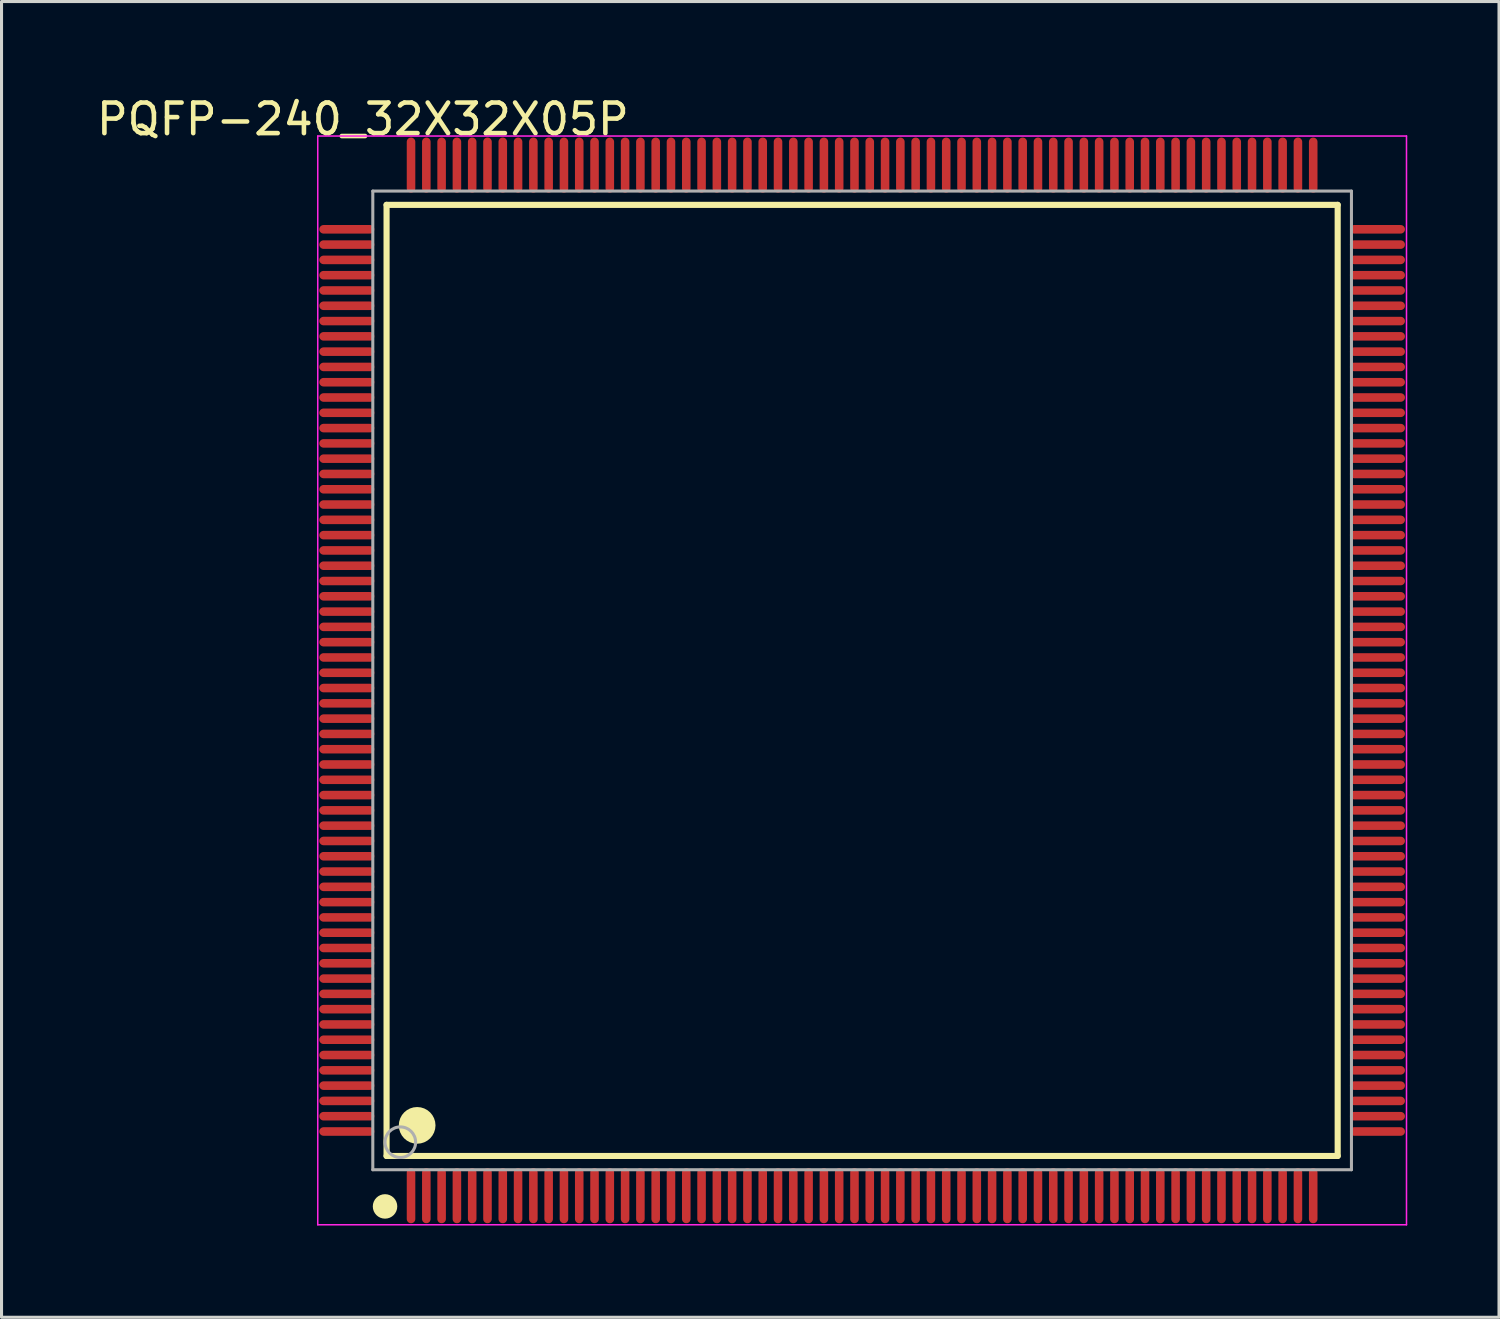
<source format=kicad_pcb>
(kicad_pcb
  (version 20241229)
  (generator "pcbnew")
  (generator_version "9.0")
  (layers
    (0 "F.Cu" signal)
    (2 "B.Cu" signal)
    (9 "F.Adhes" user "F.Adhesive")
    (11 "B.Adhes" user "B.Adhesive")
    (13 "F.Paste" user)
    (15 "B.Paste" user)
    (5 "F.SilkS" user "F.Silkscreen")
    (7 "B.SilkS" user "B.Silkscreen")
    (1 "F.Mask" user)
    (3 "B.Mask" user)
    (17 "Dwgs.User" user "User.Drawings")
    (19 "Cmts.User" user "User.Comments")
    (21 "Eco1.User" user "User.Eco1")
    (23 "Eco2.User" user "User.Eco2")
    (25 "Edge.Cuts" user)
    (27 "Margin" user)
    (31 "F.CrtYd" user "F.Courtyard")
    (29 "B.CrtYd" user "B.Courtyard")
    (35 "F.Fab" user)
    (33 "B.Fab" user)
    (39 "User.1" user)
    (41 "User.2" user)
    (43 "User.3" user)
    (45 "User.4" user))
  (footprint "PQFP-240_32X32X05P"
    (layer "F.Cu")
    (at 25.14 19.198)
    (property "Reference" "PQFP-240_32X32X05P" (at -16.324 -18.35 0) (layer "F.SilkS") (effects (font (size 1 1) (thickness 0.15))))
    (attr through_hole)
    (fp_line (start -15.55 -15.55) (end 15.55 -15.55) (stroke (width 0.2) (type solid)) (layer "F.SilkS"))
    (fp_line (start -15.55 15.55) (end -15.55 -15.55) (stroke (width 0.2) (type solid)) (layer "F.SilkS"))
    (fp_line (start -15.55 15.55) (end 15.55 15.55) (stroke (width 0.2) (type solid)) (layer "F.SilkS"))
    (fp_line (start 15.55 15.55) (end 15.55 -15.55) (stroke (width 0.2) (type solid)) (layer "F.SilkS"))
    (fp_circle (center -15.6 17.2) (end -15.4 17.2) (stroke (width 0.4) (type solid)) (fill no) (layer "F.SilkS"))
    (fp_circle (center -14.55 14.55) (end -14.25 14.55) (stroke (width 0.6) (type solid)) (fill no) (layer "F.SilkS"))
    (fp_line (start -17.8 -17.8) (end 17.8 -17.8) (stroke (width 0.05) (type solid)) (layer "F.CrtYd"))
    (fp_line (start -17.8 17.8) (end -17.8 -17.8) (stroke (width 0.05) (type solid)) (layer "F.CrtYd"))
    (fp_line (start 17.8 -17.8) (end 17.8 17.8) (stroke (width 0.05) (type solid)) (layer "F.CrtYd"))
    (fp_line (start 17.8 17.8) (end -17.8 17.8) (stroke (width 0.05) (type solid)) (layer "F.CrtYd"))
    (fp_line (start -16 -16) (end 16 -16) (stroke (width 0.1) (type solid)) (layer "F.Fab"))
    (fp_line (start -16 16) (end -16 -16) (stroke (width 0.1) (type solid)) (layer "F.Fab"))
    (fp_line (start -16 16) (end 16 16) (stroke (width 0.1) (type solid)) (layer "F.Fab"))
    (fp_line (start 16 16) (end 16 -16) (stroke (width 0.1) (type solid)) (layer "F.Fab"))
    (fp_circle (center -15.1 15.1) (end -14.6 15.1) (stroke (width 0.1) (type solid)) (fill no) (layer "F.Fab"))
    (pad "1" smd oval (at -14.75 16.85 180) (size 0.28 1.8) (layers "F.Cu" "F.Mask" "F.Paste"))
    (pad "2" smd oval (at -14.25 16.85 180) (size 0.28 1.8) (layers "F.Cu" "F.Mask" "F.Paste"))
    (pad "3" smd oval (at -13.75 16.85 180) (size 0.28 1.8) (layers "F.Cu" "F.Mask" "F.Paste"))
    (pad "4" smd oval (at -13.25 16.85 180) (size 0.28 1.8) (layers "F.Cu" "F.Mask" "F.Paste"))
    (pad "5" smd oval (at -12.75 16.85 180) (size 0.28 1.8) (layers "F.Cu" "F.Mask" "F.Paste"))
    (pad "6" smd oval (at -12.25 16.85 180) (size 0.28 1.8) (layers "F.Cu" "F.Mask" "F.Paste"))
    (pad "7" smd oval (at -11.75 16.85 180) (size 0.28 1.8) (layers "F.Cu" "F.Mask" "F.Paste"))
    (pad "8" smd oval (at -11.25 16.85 180) (size 0.28 1.8) (layers "F.Cu" "F.Mask" "F.Paste"))
    (pad "9" smd oval (at -10.75 16.85 180) (size 0.28 1.8) (layers "F.Cu" "F.Mask" "F.Paste"))
    (pad "10" smd oval (at -10.25 16.85 180) (size 0.28 1.8) (layers "F.Cu" "F.Mask" "F.Paste"))
    (pad "11" smd oval (at -9.75 16.85 180) (size 0.28 1.8) (layers "F.Cu" "F.Mask" "F.Paste"))
    (pad "12" smd oval (at -9.25 16.85 180) (size 0.28 1.8) (layers "F.Cu" "F.Mask" "F.Paste"))
    (pad "13" smd oval (at -8.75 16.85 180) (size 0.28 1.8) (layers "F.Cu" "F.Mask" "F.Paste"))
    (pad "14" smd oval (at -8.25 16.85 180) (size 0.28 1.8) (layers "F.Cu" "F.Mask" "F.Paste"))
    (pad "15" smd oval (at -7.75 16.85 180) (size 0.28 1.8) (layers "F.Cu" "F.Mask" "F.Paste"))
    (pad "16" smd oval (at -7.25 16.85 180) (size 0.28 1.8) (layers "F.Cu" "F.Mask" "F.Paste"))
    (pad "17" smd oval (at -6.75 16.85 180) (size 0.28 1.8) (layers "F.Cu" "F.Mask" "F.Paste"))
    (pad "18" smd oval (at -6.25 16.85 180) (size 0.28 1.8) (layers "F.Cu" "F.Mask" "F.Paste"))
    (pad "19" smd oval (at -5.75 16.85 180) (size 0.28 1.8) (layers "F.Cu" "F.Mask" "F.Paste"))
    (pad "20" smd oval (at -5.25 16.85 180) (size 0.28 1.8) (layers "F.Cu" "F.Mask" "F.Paste"))
    (pad "21" smd oval (at -4.75 16.85 180) (size 0.28 1.8) (layers "F.Cu" "F.Mask" "F.Paste"))
    (pad "22" smd oval (at -4.25 16.85 180) (size 0.28 1.8) (layers "F.Cu" "F.Mask" "F.Paste"))
    (pad "23" smd oval (at -3.75 16.85 180) (size 0.28 1.8) (layers "F.Cu" "F.Mask" "F.Paste"))
    (pad "24" smd oval (at -3.25 16.85 180) (size 0.28 1.8) (layers "F.Cu" "F.Mask" "F.Paste"))
    (pad "25" smd oval (at -2.75 16.85 180) (size 0.28 1.8) (layers "F.Cu" "F.Mask" "F.Paste"))
    (pad "26" smd oval (at -2.25 16.85 180) (size 0.28 1.8) (layers "F.Cu" "F.Mask" "F.Paste"))
    (pad "27" smd oval (at -1.75 16.85 180) (size 0.28 1.8) (layers "F.Cu" "F.Mask" "F.Paste"))
    (pad "28" smd oval (at -1.25 16.85 180) (size 0.28 1.8) (layers "F.Cu" "F.Mask" "F.Paste"))
    (pad "29" smd oval (at -0.75 16.85 180) (size 0.28 1.8) (layers "F.Cu" "F.Mask" "F.Paste"))
    (pad "30" smd oval (at -0.25 16.85 180) (size 0.28 1.8) (layers "F.Cu" "F.Mask" "F.Paste"))
    (pad "31" smd oval (at 0.25 16.85 180) (size 0.28 1.8) (layers "F.Cu" "F.Mask" "F.Paste"))
    (pad "32" smd oval (at 0.75 16.85 180) (size 0.28 1.8) (layers "F.Cu" "F.Mask" "F.Paste"))
    (pad "33" smd oval (at 1.25 16.85 180) (size 0.28 1.8) (layers "F.Cu" "F.Mask" "F.Paste"))
    (pad "34" smd oval (at 1.75 16.85 180) (size 0.28 1.8) (layers "F.Cu" "F.Mask" "F.Paste"))
    (pad "35" smd oval (at 2.25 16.85 180) (size 0.28 1.8) (layers "F.Cu" "F.Mask" "F.Paste"))
    (pad "36" smd oval (at 2.75 16.85 180) (size 0.28 1.8) (layers "F.Cu" "F.Mask" "F.Paste"))
    (pad "37" smd oval (at 3.25 16.85 180) (size 0.28 1.8) (layers "F.Cu" "F.Mask" "F.Paste"))
    (pad "38" smd oval (at 3.75 16.85 180) (size 0.28 1.8) (layers "F.Cu" "F.Mask" "F.Paste"))
    (pad "39" smd oval (at 4.25 16.85 180) (size 0.28 1.8) (layers "F.Cu" "F.Mask" "F.Paste"))
    (pad "40" smd oval (at 4.75 16.85 180) (size 0.28 1.8) (layers "F.Cu" "F.Mask" "F.Paste"))
    (pad "41" smd oval (at 5.25 16.85 180) (size 0.28 1.8) (layers "F.Cu" "F.Mask" "F.Paste"))
    (pad "42" smd oval (at 5.75 16.85 180) (size 0.28 1.8) (layers "F.Cu" "F.Mask" "F.Paste"))
    (pad "43" smd oval (at 6.25 16.85 180) (size 0.28 1.8) (layers "F.Cu" "F.Mask" "F.Paste"))
    (pad "44" smd oval (at 6.75 16.85 180) (size 0.28 1.8) (layers "F.Cu" "F.Mask" "F.Paste"))
    (pad "45" smd oval (at 7.25 16.85 180) (size 0.28 1.8) (layers "F.Cu" "F.Mask" "F.Paste"))
    (pad "46" smd oval (at 7.75 16.85 180) (size 0.28 1.8) (layers "F.Cu" "F.Mask" "F.Paste"))
    (pad "47" smd oval (at 8.25 16.85 180) (size 0.28 1.8) (layers "F.Cu" "F.Mask" "F.Paste"))
    (pad "48" smd oval (at 8.75 16.85 180) (size 0.28 1.8) (layers "F.Cu" "F.Mask" "F.Paste"))
    (pad "49" smd oval (at 9.25 16.85 180) (size 0.28 1.8) (layers "F.Cu" "F.Mask" "F.Paste"))
    (pad "50" smd oval (at 9.75 16.85 180) (size 0.28 1.8) (layers "F.Cu" "F.Mask" "F.Paste"))
    (pad "51" smd oval (at 10.25 16.85 180) (size 0.28 1.8) (layers "F.Cu" "F.Mask" "F.Paste"))
    (pad "52" smd oval (at 10.75 16.85 180) (size 0.28 1.8) (layers "F.Cu" "F.Mask" "F.Paste"))
    (pad "53" smd oval (at 11.25 16.85 180) (size 0.28 1.8) (layers "F.Cu" "F.Mask" "F.Paste"))
    (pad "54" smd oval (at 11.75 16.85 180) (size 0.28 1.8) (layers "F.Cu" "F.Mask" "F.Paste"))
    (pad "55" smd oval (at 12.25 16.85 180) (size 0.28 1.8) (layers "F.Cu" "F.Mask" "F.Paste"))
    (pad "56" smd oval (at 12.75 16.85 180) (size 0.28 1.8) (layers "F.Cu" "F.Mask" "F.Paste"))
    (pad "57" smd oval (at 13.25 16.85 180) (size 0.28 1.8) (layers "F.Cu" "F.Mask" "F.Paste"))
    (pad "58" smd oval (at 13.75 16.85 180) (size 0.28 1.8) (layers "F.Cu" "F.Mask" "F.Paste"))
    (pad "59" smd oval (at 14.25 16.85 180) (size 0.28 1.8) (layers "F.Cu" "F.Mask" "F.Paste"))
    (pad "60" smd oval (at 14.75 16.85 180) (size 0.28 1.8) (layers "F.Cu" "F.Mask" "F.Paste"))
    (pad "61" smd oval (at 16.85 14.75 90) (size 0.28 1.8) (layers "F.Cu" "F.Mask" "F.Paste"))
    (pad "62" smd oval (at 16.85 14.25 90) (size 0.28 1.8) (layers "F.Cu" "F.Mask" "F.Paste"))
    (pad "63" smd oval (at 16.85 13.75 90) (size 0.28 1.8) (layers "F.Cu" "F.Mask" "F.Paste"))
    (pad "64" smd oval (at 16.85 13.25 90) (size 0.28 1.8) (layers "F.Cu" "F.Mask" "F.Paste"))
    (pad "65" smd oval (at 16.85 12.75 90) (size 0.28 1.8) (layers "F.Cu" "F.Mask" "F.Paste"))
    (pad "66" smd oval (at 16.85 12.25 90) (size 0.28 1.8) (layers "F.Cu" "F.Mask" "F.Paste"))
    (pad "67" smd oval (at 16.85 11.75 90) (size 0.28 1.8) (layers "F.Cu" "F.Mask" "F.Paste"))
    (pad "68" smd oval (at 16.85 11.25 90) (size 0.28 1.8) (layers "F.Cu" "F.Mask" "F.Paste"))
    (pad "69" smd oval (at 16.85 10.75 90) (size 0.28 1.8) (layers "F.Cu" "F.Mask" "F.Paste"))
    (pad "70" smd oval (at 16.85 10.25 90) (size 0.28 1.8) (layers "F.Cu" "F.Mask" "F.Paste"))
    (pad "71" smd oval (at 16.85 9.75 90) (size 0.28 1.8) (layers "F.Cu" "F.Mask" "F.Paste"))
    (pad "72" smd oval (at 16.85 9.25 90) (size 0.28 1.8) (layers "F.Cu" "F.Mask" "F.Paste"))
    (pad "73" smd oval (at 16.85 8.75 90) (size 0.28 1.8) (layers "F.Cu" "F.Mask" "F.Paste"))
    (pad "74" smd oval (at 16.85 8.25 90) (size 0.28 1.8) (layers "F.Cu" "F.Mask" "F.Paste"))
    (pad "75" smd oval (at 16.85 7.75 90) (size 0.28 1.8) (layers "F.Cu" "F.Mask" "F.Paste"))
    (pad "76" smd oval (at 16.85 7.25 90) (size 0.28 1.8) (layers "F.Cu" "F.Mask" "F.Paste"))
    (pad "77" smd oval (at 16.85 6.75 90) (size 0.28 1.8) (layers "F.Cu" "F.Mask" "F.Paste"))
    (pad "78" smd oval (at 16.85 6.25 90) (size 0.28 1.8) (layers "F.Cu" "F.Mask" "F.Paste"))
    (pad "79" smd oval (at 16.85 5.75 90) (size 0.28 1.8) (layers "F.Cu" "F.Mask" "F.Paste"))
    (pad "80" smd oval (at 16.85 5.25 90) (size 0.28 1.8) (layers "F.Cu" "F.Mask" "F.Paste"))
    (pad "81" smd oval (at 16.85 4.75 90) (size 0.28 1.8) (layers "F.Cu" "F.Mask" "F.Paste"))
    (pad "82" smd oval (at 16.85 4.25 90) (size 0.28 1.8) (layers "F.Cu" "F.Mask" "F.Paste"))
    (pad "83" smd oval (at 16.85 3.75 90) (size 0.28 1.8) (layers "F.Cu" "F.Mask" "F.Paste"))
    (pad "84" smd oval (at 16.85 3.25 90) (size 0.28 1.8) (layers "F.Cu" "F.Mask" "F.Paste"))
    (pad "85" smd oval (at 16.85 2.75 90) (size 0.28 1.8) (layers "F.Cu" "F.Mask" "F.Paste"))
    (pad "86" smd oval (at 16.85 2.25 90) (size 0.28 1.8) (layers "F.Cu" "F.Mask" "F.Paste"))
    (pad "87" smd oval (at 16.85 1.75 90) (size 0.28 1.8) (layers "F.Cu" "F.Mask" "F.Paste"))
    (pad "88" smd oval (at 16.85 1.25 90) (size 0.28 1.8) (layers "F.Cu" "F.Mask" "F.Paste"))
    (pad "89" smd oval (at 16.85 0.75 90) (size 0.28 1.8) (layers "F.Cu" "F.Mask" "F.Paste"))
    (pad "90" smd oval (at 16.85 0.25 90) (size 0.28 1.8) (layers "F.Cu" "F.Mask" "F.Paste"))
    (pad "91" smd oval (at 16.85 -0.25 90) (size 0.28 1.8) (layers "F.Cu" "F.Mask" "F.Paste"))
    (pad "92" smd oval (at 16.85 -0.75 90) (size 0.28 1.8) (layers "F.Cu" "F.Mask" "F.Paste"))
    (pad "93" smd oval (at 16.85 -1.25 90) (size 0.28 1.8) (layers "F.Cu" "F.Mask" "F.Paste"))
    (pad "94" smd oval (at 16.85 -1.75 90) (size 0.28 1.8) (layers "F.Cu" "F.Mask" "F.Paste"))
    (pad "95" smd oval (at 16.85 -2.25 90) (size 0.28 1.8) (layers "F.Cu" "F.Mask" "F.Paste"))
    (pad "96" smd oval (at 16.85 -2.75 90) (size 0.28 1.8) (layers "F.Cu" "F.Mask" "F.Paste"))
    (pad "97" smd oval (at 16.85 -3.25 90) (size 0.28 1.8) (layers "F.Cu" "F.Mask" "F.Paste"))
    (pad "98" smd oval (at 16.85 -3.75 90) (size 0.28 1.8) (layers "F.Cu" "F.Mask" "F.Paste"))
    (pad "99" smd oval (at 16.85 -4.25 90) (size 0.28 1.8) (layers "F.Cu" "F.Mask" "F.Paste"))
    (pad "100" smd oval (at 16.85 -4.75 90) (size 0.28 1.8) (layers "F.Cu" "F.Mask" "F.Paste"))
    (pad "101" smd oval (at 16.85 -5.25 90) (size 0.28 1.8) (layers "F.Cu" "F.Mask" "F.Paste"))
    (pad "102" smd oval (at 16.85 -5.75 90) (size 0.28 1.8) (layers "F.Cu" "F.Mask" "F.Paste"))
    (pad "103" smd oval (at 16.85 -6.25 90) (size 0.28 1.8) (layers "F.Cu" "F.Mask" "F.Paste"))
    (pad "104" smd oval (at 16.85 -6.75 90) (size 0.28 1.8) (layers "F.Cu" "F.Mask" "F.Paste"))
    (pad "105" smd oval (at 16.85 -7.25 90) (size 0.28 1.8) (layers "F.Cu" "F.Mask" "F.Paste"))
    (pad "106" smd oval (at 16.85 -7.75 90) (size 0.28 1.8) (layers "F.Cu" "F.Mask" "F.Paste"))
    (pad "107" smd oval (at 16.85 -8.25 90) (size 0.28 1.8) (layers "F.Cu" "F.Mask" "F.Paste"))
    (pad "108" smd oval (at 16.85 -8.75 90) (size 0.28 1.8) (layers "F.Cu" "F.Mask" "F.Paste"))
    (pad "109" smd oval (at 16.85 -9.25 90) (size 0.28 1.8) (layers "F.Cu" "F.Mask" "F.Paste"))
    (pad "110" smd oval (at 16.85 -9.75 90) (size 0.28 1.8) (layers "F.Cu" "F.Mask" "F.Paste"))
    (pad "111" smd oval (at 16.85 -10.25 90) (size 0.28 1.8) (layers "F.Cu" "F.Mask" "F.Paste"))
    (pad "112" smd oval (at 16.85 -10.75 90) (size 0.28 1.8) (layers "F.Cu" "F.Mask" "F.Paste"))
    (pad "113" smd oval (at 16.85 -11.25 90) (size 0.28 1.8) (layers "F.Cu" "F.Mask" "F.Paste"))
    (pad "114" smd oval (at 16.85 -11.75 90) (size 0.28 1.8) (layers "F.Cu" "F.Mask" "F.Paste"))
    (pad "115" smd oval (at 16.85 -12.25 90) (size 0.28 1.8) (layers "F.Cu" "F.Mask" "F.Paste"))
    (pad "116" smd oval (at 16.85 -12.75 90) (size 0.28 1.8) (layers "F.Cu" "F.Mask" "F.Paste"))
    (pad "117" smd oval (at 16.85 -13.25 90) (size 0.28 1.8) (layers "F.Cu" "F.Mask" "F.Paste"))
    (pad "118" smd oval (at 16.85 -13.75 90) (size 0.28 1.8) (layers "F.Cu" "F.Mask" "F.Paste"))
    (pad "119" smd oval (at 16.85 -14.25 90) (size 0.28 1.8) (layers "F.Cu" "F.Mask" "F.Paste"))
    (pad "120" smd oval (at 16.85 -14.75 90) (size 0.28 1.8) (layers "F.Cu" "F.Mask" "F.Paste"))
    (pad "121" smd oval (at 14.75 -16.85 180) (size 0.28 1.8) (layers "F.Cu" "F.Mask" "F.Paste"))
    (pad "122" smd oval (at 14.25 -16.85 180) (size 0.28 1.8) (layers "F.Cu" "F.Mask" "F.Paste"))
    (pad "123" smd oval (at 13.75 -16.85 180) (size 0.28 1.8) (layers "F.Cu" "F.Mask" "F.Paste"))
    (pad "124" smd oval (at 13.25 -16.85 180) (size 0.28 1.8) (layers "F.Cu" "F.Mask" "F.Paste"))
    (pad "125" smd oval (at 12.75 -16.85 180) (size 0.28 1.8) (layers "F.Cu" "F.Mask" "F.Paste"))
    (pad "126" smd oval (at 12.25 -16.85 180) (size 0.28 1.8) (layers "F.Cu" "F.Mask" "F.Paste"))
    (pad "127" smd oval (at 11.75 -16.85 180) (size 0.28 1.8) (layers "F.Cu" "F.Mask" "F.Paste"))
    (pad "128" smd oval (at 11.25 -16.85 180) (size 0.28 1.8) (layers "F.Cu" "F.Mask" "F.Paste"))
    (pad "129" smd oval (at 10.75 -16.85 180) (size 0.28 1.8) (layers "F.Cu" "F.Mask" "F.Paste"))
    (pad "130" smd oval (at 10.25 -16.85 180) (size 0.28 1.8) (layers "F.Cu" "F.Mask" "F.Paste"))
    (pad "131" smd oval (at 9.75 -16.85 180) (size 0.28 1.8) (layers "F.Cu" "F.Mask" "F.Paste"))
    (pad "132" smd oval (at 9.25 -16.85 180) (size 0.28 1.8) (layers "F.Cu" "F.Mask" "F.Paste"))
    (pad "133" smd oval (at 8.75 -16.85 180) (size 0.28 1.8) (layers "F.Cu" "F.Mask" "F.Paste"))
    (pad "134" smd oval (at 8.25 -16.85 180) (size 0.28 1.8) (layers "F.Cu" "F.Mask" "F.Paste"))
    (pad "135" smd oval (at 7.75 -16.85 180) (size 0.28 1.8) (layers "F.Cu" "F.Mask" "F.Paste"))
    (pad "136" smd oval (at 7.25 -16.85 180) (size 0.28 1.8) (layers "F.Cu" "F.Mask" "F.Paste"))
    (pad "137" smd oval (at 6.75 -16.85 180) (size 0.28 1.8) (layers "F.Cu" "F.Mask" "F.Paste"))
    (pad "138" smd oval (at 6.25 -16.85 180) (size 0.28 1.8) (layers "F.Cu" "F.Mask" "F.Paste"))
    (pad "139" smd oval (at 5.75 -16.85 180) (size 0.28 1.8) (layers "F.Cu" "F.Mask" "F.Paste"))
    (pad "140" smd oval (at 5.25 -16.85 180) (size 0.28 1.8) (layers "F.Cu" "F.Mask" "F.Paste"))
    (pad "141" smd oval (at 4.75 -16.85 180) (size 0.28 1.8) (layers "F.Cu" "F.Mask" "F.Paste"))
    (pad "142" smd oval (at 4.25 -16.85 180) (size 0.28 1.8) (layers "F.Cu" "F.Mask" "F.Paste"))
    (pad "143" smd oval (at 3.75 -16.85 180) (size 0.28 1.8) (layers "F.Cu" "F.Mask" "F.Paste"))
    (pad "144" smd oval (at 3.25 -16.85 180) (size 0.28 1.8) (layers "F.Cu" "F.Mask" "F.Paste"))
    (pad "145" smd oval (at 2.75 -16.85 180) (size 0.28 1.8) (layers "F.Cu" "F.Mask" "F.Paste"))
    (pad "146" smd oval (at 2.25 -16.85 180) (size 0.28 1.8) (layers "F.Cu" "F.Mask" "F.Paste"))
    (pad "147" smd oval (at 1.75 -16.85 180) (size 0.28 1.8) (layers "F.Cu" "F.Mask" "F.Paste"))
    (pad "148" smd oval (at 1.25 -16.85 180) (size 0.28 1.8) (layers "F.Cu" "F.Mask" "F.Paste"))
    (pad "149" smd oval (at 0.75 -16.85 180) (size 0.28 1.8) (layers "F.Cu" "F.Mask" "F.Paste"))
    (pad "150" smd oval (at 0.25 -16.85 180) (size 0.28 1.8) (layers "F.Cu" "F.Mask" "F.Paste"))
    (pad "151" smd oval (at -0.25 -16.85 180) (size 0.28 1.8) (layers "F.Cu" "F.Mask" "F.Paste"))
    (pad "152" smd oval (at -0.75 -16.85 180) (size 0.28 1.8) (layers "F.Cu" "F.Mask" "F.Paste"))
    (pad "153" smd oval (at -1.25 -16.85 180) (size 0.28 1.8) (layers "F.Cu" "F.Mask" "F.Paste"))
    (pad "154" smd oval (at -1.75 -16.85 180) (size 0.28 1.8) (layers "F.Cu" "F.Mask" "F.Paste"))
    (pad "155" smd oval (at -2.25 -16.85 180) (size 0.28 1.8) (layers "F.Cu" "F.Mask" "F.Paste"))
    (pad "156" smd oval (at -2.75 -16.85 180) (size 0.28 1.8) (layers "F.Cu" "F.Mask" "F.Paste"))
    (pad "157" smd oval (at -3.25 -16.85 180) (size 0.28 1.8) (layers "F.Cu" "F.Mask" "F.Paste"))
    (pad "158" smd oval (at -3.75 -16.85 180) (size 0.28 1.8) (layers "F.Cu" "F.Mask" "F.Paste"))
    (pad "159" smd oval (at -4.25 -16.85 180) (size 0.28 1.8) (layers "F.Cu" "F.Mask" "F.Paste"))
    (pad "160" smd oval (at -4.75 -16.85 180) (size 0.28 1.8) (layers "F.Cu" "F.Mask" "F.Paste"))
    (pad "161" smd oval (at -5.25 -16.85 180) (size 0.28 1.8) (layers "F.Cu" "F.Mask" "F.Paste"))
    (pad "162" smd oval (at -5.75 -16.85 180) (size 0.28 1.8) (layers "F.Cu" "F.Mask" "F.Paste"))
    (pad "163" smd oval (at -6.25 -16.85 180) (size 0.28 1.8) (layers "F.Cu" "F.Mask" "F.Paste"))
    (pad "164" smd oval (at -6.75 -16.85 180) (size 0.28 1.8) (layers "F.Cu" "F.Mask" "F.Paste"))
    (pad "165" smd oval (at -7.25 -16.85 180) (size 0.28 1.8) (layers "F.Cu" "F.Mask" "F.Paste"))
    (pad "166" smd oval (at -7.75 -16.85 180) (size 0.28 1.8) (layers "F.Cu" "F.Mask" "F.Paste"))
    (pad "167" smd oval (at -8.25 -16.85 180) (size 0.28 1.8) (layers "F.Cu" "F.Mask" "F.Paste"))
    (pad "168" smd oval (at -8.75 -16.85 180) (size 0.28 1.8) (layers "F.Cu" "F.Mask" "F.Paste"))
    (pad "169" smd oval (at -9.25 -16.85 180) (size 0.28 1.8) (layers "F.Cu" "F.Mask" "F.Paste"))
    (pad "170" smd oval (at -9.75 -16.85 180) (size 0.28 1.8) (layers "F.Cu" "F.Mask" "F.Paste"))
    (pad "171" smd oval (at -10.25 -16.85 180) (size 0.28 1.8) (layers "F.Cu" "F.Mask" "F.Paste"))
    (pad "172" smd oval (at -10.75 -16.85 180) (size 0.28 1.8) (layers "F.Cu" "F.Mask" "F.Paste"))
    (pad "173" smd oval (at -11.25 -16.85 180) (size 0.28 1.8) (layers "F.Cu" "F.Mask" "F.Paste"))
    (pad "174" smd oval (at -11.75 -16.85 180) (size 0.28 1.8) (layers "F.Cu" "F.Mask" "F.Paste"))
    (pad "175" smd oval (at -12.25 -16.85 180) (size 0.28 1.8) (layers "F.Cu" "F.Mask" "F.Paste"))
    (pad "176" smd oval (at -12.75 -16.85 180) (size 0.28 1.8) (layers "F.Cu" "F.Mask" "F.Paste"))
    (pad "177" smd oval (at -13.25 -16.85 180) (size 0.28 1.8) (layers "F.Cu" "F.Mask" "F.Paste"))
    (pad "178" smd oval (at -13.75 -16.85 180) (size 0.28 1.8) (layers "F.Cu" "F.Mask" "F.Paste"))
    (pad "179" smd oval (at -14.25 -16.85 180) (size 0.28 1.8) (layers "F.Cu" "F.Mask" "F.Paste"))
    (pad "180" smd oval (at -14.75 -16.85 180) (size 0.28 1.8) (layers "F.Cu" "F.Mask" "F.Paste"))
    (pad "181" smd oval (at -16.85 -14.75 90) (size 0.28 1.8) (layers "F.Cu" "F.Mask" "F.Paste"))
    (pad "182" smd oval (at -16.85 -14.25 90) (size 0.28 1.8) (layers "F.Cu" "F.Mask" "F.Paste"))
    (pad "183" smd oval (at -16.85 -13.75 90) (size 0.28 1.8) (layers "F.Cu" "F.Mask" "F.Paste"))
    (pad "184" smd oval (at -16.85 -13.25 90) (size 0.28 1.8) (layers "F.Cu" "F.Mask" "F.Paste"))
    (pad "185" smd oval (at -16.85 -12.75 90) (size 0.28 1.8) (layers "F.Cu" "F.Mask" "F.Paste"))
    (pad "186" smd oval (at -16.85 -12.25 90) (size 0.28 1.8) (layers "F.Cu" "F.Mask" "F.Paste"))
    (pad "187" smd oval (at -16.85 -11.75 90) (size 0.28 1.8) (layers "F.Cu" "F.Mask" "F.Paste"))
    (pad "188" smd oval (at -16.85 -11.25 90) (size 0.28 1.8) (layers "F.Cu" "F.Mask" "F.Paste"))
    (pad "189" smd oval (at -16.85 -10.75 90) (size 0.28 1.8) (layers "F.Cu" "F.Mask" "F.Paste"))
    (pad "190" smd oval (at -16.85 -10.25 90) (size 0.28 1.8) (layers "F.Cu" "F.Mask" "F.Paste"))
    (pad "191" smd oval (at -16.85 -9.75 90) (size 0.28 1.8) (layers "F.Cu" "F.Mask" "F.Paste"))
    (pad "192" smd oval (at -16.85 -9.25 90) (size 0.28 1.8) (layers "F.Cu" "F.Mask" "F.Paste"))
    (pad "193" smd oval (at -16.85 -8.75 90) (size 0.28 1.8) (layers "F.Cu" "F.Mask" "F.Paste"))
    (pad "194" smd oval (at -16.85 -8.25 90) (size 0.28 1.8) (layers "F.Cu" "F.Mask" "F.Paste"))
    (pad "195" smd oval (at -16.85 -7.75 90) (size 0.28 1.8) (layers "F.Cu" "F.Mask" "F.Paste"))
    (pad "196" smd oval (at -16.85 -7.25 90) (size 0.28 1.8) (layers "F.Cu" "F.Mask" "F.Paste"))
    (pad "197" smd oval (at -16.85 -6.75 90) (size 0.28 1.8) (layers "F.Cu" "F.Mask" "F.Paste"))
    (pad "198" smd oval (at -16.85 -6.25 90) (size 0.28 1.8) (layers "F.Cu" "F.Mask" "F.Paste"))
    (pad "199" smd oval (at -16.85 -5.75 90) (size 0.28 1.8) (layers "F.Cu" "F.Mask" "F.Paste"))
    (pad "200" smd oval (at -16.85 -5.25 90) (size 0.28 1.8) (layers "F.Cu" "F.Mask" "F.Paste"))
    (pad "201" smd oval (at -16.85 -4.75 90) (size 0.28 1.8) (layers "F.Cu" "F.Mask" "F.Paste"))
    (pad "202" smd oval (at -16.85 -4.25 90) (size 0.28 1.8) (layers "F.Cu" "F.Mask" "F.Paste"))
    (pad "203" smd oval (at -16.85 -3.75 90) (size 0.28 1.8) (layers "F.Cu" "F.Mask" "F.Paste"))
    (pad "204" smd oval (at -16.85 -3.25 90) (size 0.28 1.8) (layers "F.Cu" "F.Mask" "F.Paste"))
    (pad "205" smd oval (at -16.85 -2.75 90) (size 0.28 1.8) (layers "F.Cu" "F.Mask" "F.Paste"))
    (pad "206" smd oval (at -16.85 -2.25 90) (size 0.28 1.8) (layers "F.Cu" "F.Mask" "F.Paste"))
    (pad "207" smd oval (at -16.85 -1.75 90) (size 0.28 1.8) (layers "F.Cu" "F.Mask" "F.Paste"))
    (pad "208" smd oval (at -16.85 -1.25 90) (size 0.28 1.8) (layers "F.Cu" "F.Mask" "F.Paste"))
    (pad "209" smd oval (at -16.85 -0.75 90) (size 0.28 1.8) (layers "F.Cu" "F.Mask" "F.Paste"))
    (pad "210" smd oval (at -16.85 -0.25 90) (size 0.28 1.8) (layers "F.Cu" "F.Mask" "F.Paste"))
    (pad "211" smd oval (at -16.85 0.25 90) (size 0.28 1.8) (layers "F.Cu" "F.Mask" "F.Paste"))
    (pad "212" smd oval (at -16.85 0.75 90) (size 0.28 1.8) (layers "F.Cu" "F.Mask" "F.Paste"))
    (pad "213" smd oval (at -16.85 1.25 90) (size 0.28 1.8) (layers "F.Cu" "F.Mask" "F.Paste"))
    (pad "214" smd oval (at -16.85 1.75 90) (size 0.28 1.8) (layers "F.Cu" "F.Mask" "F.Paste"))
    (pad "215" smd oval (at -16.85 2.25 90) (size 0.28 1.8) (layers "F.Cu" "F.Mask" "F.Paste"))
    (pad "216" smd oval (at -16.85 2.75 90) (size 0.28 1.8) (layers "F.Cu" "F.Mask" "F.Paste"))
    (pad "217" smd oval (at -16.85 3.25 90) (size 0.28 1.8) (layers "F.Cu" "F.Mask" "F.Paste"))
    (pad "218" smd oval (at -16.85 3.75 90) (size 0.28 1.8) (layers "F.Cu" "F.Mask" "F.Paste"))
    (pad "219" smd oval (at -16.85 4.25 90) (size 0.28 1.8) (layers "F.Cu" "F.Mask" "F.Paste"))
    (pad "220" smd oval (at -16.85 4.75 90) (size 0.28 1.8) (layers "F.Cu" "F.Mask" "F.Paste"))
    (pad "221" smd oval (at -16.85 5.25 90) (size 0.28 1.8) (layers "F.Cu" "F.Mask" "F.Paste"))
    (pad "222" smd oval (at -16.85 5.75 90) (size 0.28 1.8) (layers "F.Cu" "F.Mask" "F.Paste"))
    (pad "223" smd oval (at -16.85 6.25 90) (size 0.28 1.8) (layers "F.Cu" "F.Mask" "F.Paste"))
    (pad "224" smd oval (at -16.85 6.75 90) (size 0.28 1.8) (layers "F.Cu" "F.Mask" "F.Paste"))
    (pad "225" smd oval (at -16.85 7.25 90) (size 0.28 1.8) (layers "F.Cu" "F.Mask" "F.Paste"))
    (pad "226" smd oval (at -16.85 7.75 90) (size 0.28 1.8) (layers "F.Cu" "F.Mask" "F.Paste"))
    (pad "227" smd oval (at -16.85 8.25 90) (size 0.28 1.8) (layers "F.Cu" "F.Mask" "F.Paste"))
    (pad "228" smd oval (at -16.85 8.75 90) (size 0.28 1.8) (layers "F.Cu" "F.Mask" "F.Paste"))
    (pad "229" smd oval (at -16.85 9.25 90) (size 0.28 1.8) (layers "F.Cu" "F.Mask" "F.Paste"))
    (pad "230" smd oval (at -16.85 9.75 90) (size 0.28 1.8) (layers "F.Cu" "F.Mask" "F.Paste"))
    (pad "231" smd oval (at -16.85 10.25 90) (size 0.28 1.8) (layers "F.Cu" "F.Mask" "F.Paste"))
    (pad "232" smd oval (at -16.85 10.75 90) (size 0.28 1.8) (layers "F.Cu" "F.Mask" "F.Paste"))
    (pad "233" smd oval (at -16.85 11.25 90) (size 0.28 1.8) (layers "F.Cu" "F.Mask" "F.Paste"))
    (pad "234" smd oval (at -16.85 11.75 90) (size 0.28 1.8) (layers "F.Cu" "F.Mask" "F.Paste"))
    (pad "235" smd oval (at -16.85 12.25 90) (size 0.28 1.8) (layers "F.Cu" "F.Mask" "F.Paste"))
    (pad "236" smd oval (at -16.85 12.75 90) (size 0.28 1.8) (layers "F.Cu" "F.Mask" "F.Paste"))
    (pad "237" smd oval (at -16.85 13.25 90) (size 0.28 1.8) (layers "F.Cu" "F.Mask" "F.Paste"))
    (pad "238" smd oval (at -16.85 13.75 90) (size 0.28 1.8) (layers "F.Cu" "F.Mask" "F.Paste"))
    (pad "239" smd oval (at -16.85 14.25 90) (size 0.28 1.8) (layers "F.Cu" "F.Mask" "F.Paste"))
    (pad "240" smd oval (at -16.85 14.75 90) (size 0.28 1.8) (layers "F.Cu" "F.Mask" "F.Paste")))
  (gr_rect
    (start -3 -3)
    (end 45.965 40.023)
    (stroke (width 0.1) (type default))
    (fill no)
    (layer "Edge.Cuts")))
</source>
